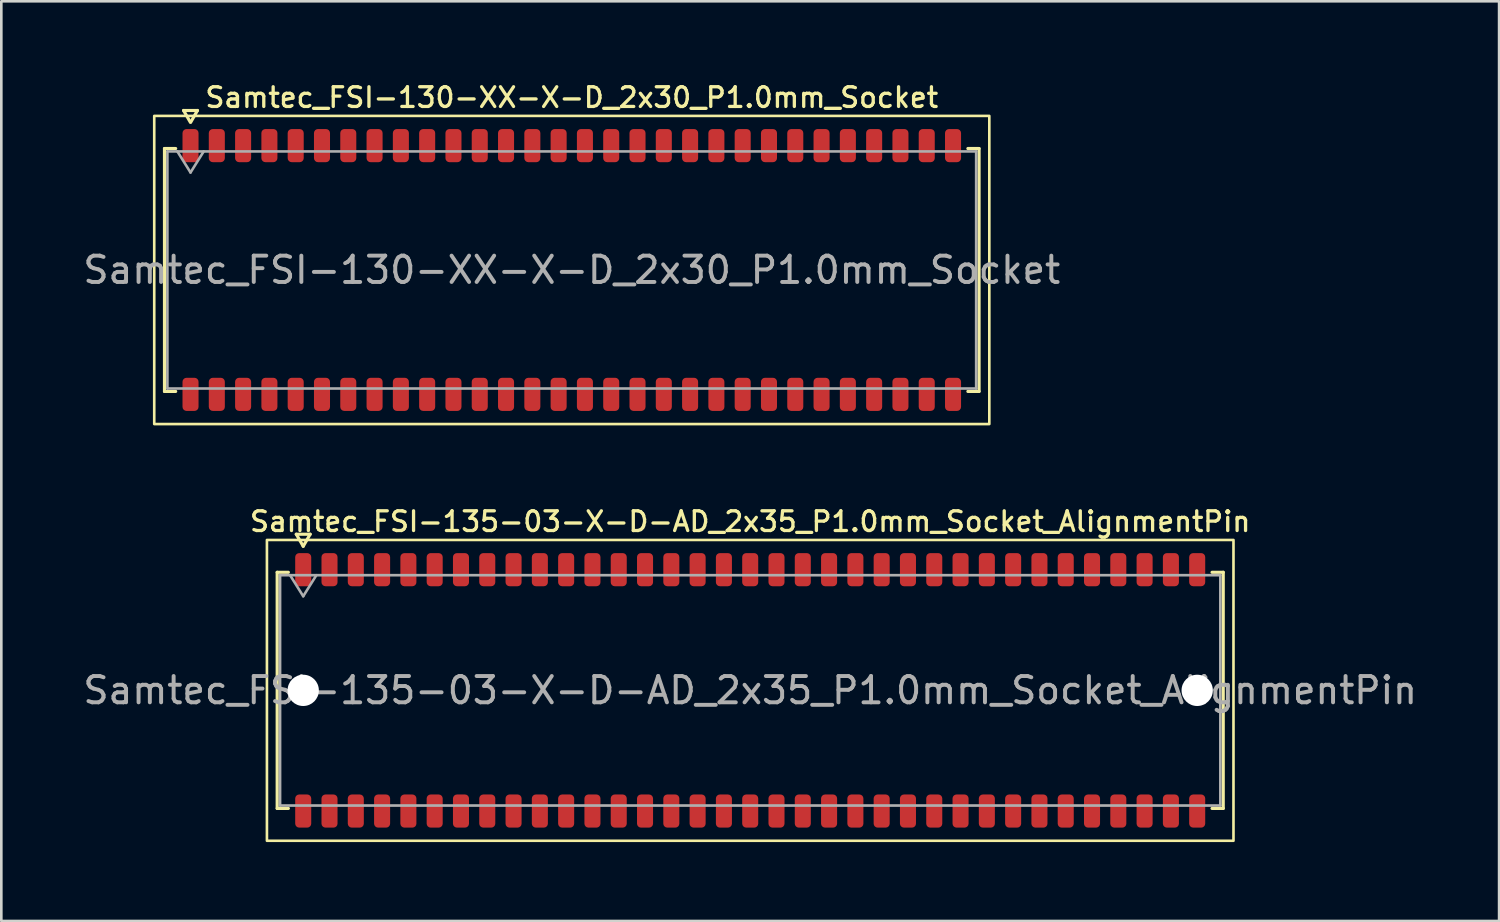
<source format=kicad_pcb>
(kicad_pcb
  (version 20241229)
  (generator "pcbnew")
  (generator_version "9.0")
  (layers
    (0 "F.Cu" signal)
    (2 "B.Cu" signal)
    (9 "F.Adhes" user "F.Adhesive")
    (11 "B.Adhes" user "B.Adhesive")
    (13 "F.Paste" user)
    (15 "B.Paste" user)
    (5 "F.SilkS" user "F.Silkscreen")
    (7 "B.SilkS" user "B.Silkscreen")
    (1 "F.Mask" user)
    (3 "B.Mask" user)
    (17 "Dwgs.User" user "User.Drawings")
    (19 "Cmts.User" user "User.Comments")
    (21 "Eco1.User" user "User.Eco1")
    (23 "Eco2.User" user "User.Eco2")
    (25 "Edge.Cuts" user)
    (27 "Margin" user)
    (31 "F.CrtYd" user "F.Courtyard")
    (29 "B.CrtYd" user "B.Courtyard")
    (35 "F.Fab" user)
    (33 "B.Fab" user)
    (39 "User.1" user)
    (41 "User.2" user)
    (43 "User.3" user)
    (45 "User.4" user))
  (footprint "Samtec_FSI-135-03-X-D-AD_2x35_P1.0mm_Socket_AlignmentPin"
    (layer "F.Cu")
    (at 25.482 23.206)
    (property "Reference" "Samtec_FSI-135-03-X-D-AD_2x35_P1.0mm_Socket_AlignmentPin" (at 0 -6.42 0) (layer "F.SilkS") (effects (font (size 0.75 0.75) (thickness 0.125))))
    (attr smd)
    (fp_line (start -17.99 -4.49) (end -17.565 -4.49) (stroke (width 0.12) (type solid)) (layer "F.SilkS"))
    (fp_line (start -17.99 4.49) (end -17.99 -4.49) (stroke (width 0.12) (type solid)) (layer "F.SilkS"))
    (fp_line (start -17.565 4.49) (end -17.99 4.49) (stroke (width 0.12) (type solid)) (layer "F.SilkS"))
    (fp_line (start -17.264 -5.938) (end -17 -5.48) (stroke (width 0.12) (type solid)) (layer "F.SilkS"))
    (fp_line (start -17 -5.48) (end -16.736 -5.938) (stroke (width 0.12) (type solid)) (layer "F.SilkS"))
    (fp_line (start -16.736 -5.938) (end -17.264 -5.938) (stroke (width 0.12) (type solid)) (layer "F.SilkS"))
    (fp_line (start 17.565 -4.49) (end 17.99 -4.49) (stroke (width 0.12) (type solid)) (layer "F.SilkS"))
    (fp_line (start 17.99 -4.49) (end 17.99 4.49) (stroke (width 0.12) (type solid)) (layer "F.SilkS"))
    (fp_line (start 17.99 4.49) (end 17.565 4.49) (stroke (width 0.12) (type solid)) (layer "F.SilkS"))
    (fp_rect (start -18.38 -5.72) (end 18.38 5.72) (stroke (width 0.1) (type solid)) (fill no) (layer "F.SilkS"))
    (fp_line (start -17.88 -4.38) (end 17.88 -4.38) (stroke (width 0.1) (type solid)) (layer "F.Fab"))
    (fp_line (start -17.88 4.38) (end -17.88 -4.38) (stroke (width 0.1) (type solid)) (layer "F.Fab"))
    (fp_line (start -17.5 -4.38) (end -17 -3.58) (stroke (width 0.1) (type solid)) (layer "F.Fab"))
    (fp_line (start -17 -3.58) (end -16.5 -4.38) (stroke (width 0.1) (type solid)) (layer "F.Fab"))
    (fp_line (start 17.88 -4.38) (end 17.88 4.38) (stroke (width 0.1) (type solid)) (layer "F.Fab"))
    (fp_line (start 17.88 4.38) (end -17.88 4.38) (stroke (width 0.1) (type solid)) (layer "F.Fab"))
    (fp_text user "${REFERENCE}" (at 0 0 0) (layer "F.Fab") (effects (font (size 1 1) (thickness 0.15))))
    (pad "" np_thru_hole circle (at -17 0) (size 1.19 1.19) (drill 1.19) (layers "*.Cu" "*.Mask"))
    (pad "" np_thru_hole circle (at 17 0) (size 1.19 1.19) (drill 1.19) (layers "*.Cu" "*.Mask"))
    (pad "1" smd roundrect (at -17 -4.59) (size 0.61 1.26) (layers "F.Cu" "F.Mask" "F.Paste") (roundrect_rratio 0.25))
    (pad "2" smd roundrect (at -17 4.59) (size 0.61 1.26) (layers "F.Cu" "F.Mask" "F.Paste") (roundrect_rratio 0.25))
    (pad "3" smd roundrect (at -16 -4.59) (size 0.61 1.26) (layers "F.Cu" "F.Mask" "F.Paste") (roundrect_rratio 0.25))
    (pad "4" smd roundrect (at -16 4.59) (size 0.61 1.26) (layers "F.Cu" "F.Mask" "F.Paste") (roundrect_rratio 0.25))
    (pad "5" smd roundrect (at -15 -4.59) (size 0.61 1.26) (layers "F.Cu" "F.Mask" "F.Paste") (roundrect_rratio 0.25))
    (pad "6" smd roundrect (at -15 4.59) (size 0.61 1.26) (layers "F.Cu" "F.Mask" "F.Paste") (roundrect_rratio 0.25))
    (pad "7" smd roundrect (at -14 -4.59) (size 0.61 1.26) (layers "F.Cu" "F.Mask" "F.Paste") (roundrect_rratio 0.25))
    (pad "8" smd roundrect (at -14 4.59) (size 0.61 1.26) (layers "F.Cu" "F.Mask" "F.Paste") (roundrect_rratio 0.25))
    (pad "9" smd roundrect (at -13 -4.59) (size 0.61 1.26) (layers "F.Cu" "F.Mask" "F.Paste") (roundrect_rratio 0.25))
    (pad "10" smd roundrect (at -13 4.59) (size 0.61 1.26) (layers "F.Cu" "F.Mask" "F.Paste") (roundrect_rratio 0.25))
    (pad "11" smd roundrect (at -12 -4.59) (size 0.61 1.26) (layers "F.Cu" "F.Mask" "F.Paste") (roundrect_rratio 0.25))
    (pad "12" smd roundrect (at -12 4.59) (size 0.61 1.26) (layers "F.Cu" "F.Mask" "F.Paste") (roundrect_rratio 0.25))
    (pad "13" smd roundrect (at -11 -4.59) (size 0.61 1.26) (layers "F.Cu" "F.Mask" "F.Paste") (roundrect_rratio 0.25))
    (pad "14" smd roundrect (at -11 4.59) (size 0.61 1.26) (layers "F.Cu" "F.Mask" "F.Paste") (roundrect_rratio 0.25))
    (pad "15" smd roundrect (at -10 -4.59) (size 0.61 1.26) (layers "F.Cu" "F.Mask" "F.Paste") (roundrect_rratio 0.25))
    (pad "16" smd roundrect (at -10 4.59) (size 0.61 1.26) (layers "F.Cu" "F.Mask" "F.Paste") (roundrect_rratio 0.25))
    (pad "17" smd roundrect (at -9 -4.59) (size 0.61 1.26) (layers "F.Cu" "F.Mask" "F.Paste") (roundrect_rratio 0.25))
    (pad "18" smd roundrect (at -9 4.59) (size 0.61 1.26) (layers "F.Cu" "F.Mask" "F.Paste") (roundrect_rratio 0.25))
    (pad "19" smd roundrect (at -8 -4.59) (size 0.61 1.26) (layers "F.Cu" "F.Mask" "F.Paste") (roundrect_rratio 0.25))
    (pad "20" smd roundrect (at -8 4.59) (size 0.61 1.26) (layers "F.Cu" "F.Mask" "F.Paste") (roundrect_rratio 0.25))
    (pad "21" smd roundrect (at -7 -4.59) (size 0.61 1.26) (layers "F.Cu" "F.Mask" "F.Paste") (roundrect_rratio 0.25))
    (pad "22" smd roundrect (at -7 4.59) (size 0.61 1.26) (layers "F.Cu" "F.Mask" "F.Paste") (roundrect_rratio 0.25))
    (pad "23" smd roundrect (at -6 -4.59) (size 0.61 1.26) (layers "F.Cu" "F.Mask" "F.Paste") (roundrect_rratio 0.25))
    (pad "24" smd roundrect (at -6 4.59) (size 0.61 1.26) (layers "F.Cu" "F.Mask" "F.Paste") (roundrect_rratio 0.25))
    (pad "25" smd roundrect (at -5 -4.59) (size 0.61 1.26) (layers "F.Cu" "F.Mask" "F.Paste") (roundrect_rratio 0.25))
    (pad "26" smd roundrect (at -5 4.59) (size 0.61 1.26) (layers "F.Cu" "F.Mask" "F.Paste") (roundrect_rratio 0.25))
    (pad "27" smd roundrect (at -4 -4.59) (size 0.61 1.26) (layers "F.Cu" "F.Mask" "F.Paste") (roundrect_rratio 0.25))
    (pad "28" smd roundrect (at -4 4.59) (size 0.61 1.26) (layers "F.Cu" "F.Mask" "F.Paste") (roundrect_rratio 0.25))
    (pad "29" smd roundrect (at -3 -4.59) (size 0.61 1.26) (layers "F.Cu" "F.Mask" "F.Paste") (roundrect_rratio 0.25))
    (pad "30" smd roundrect (at -3 4.59) (size 0.61 1.26) (layers "F.Cu" "F.Mask" "F.Paste") (roundrect_rratio 0.25))
    (pad "31" smd roundrect (at -2 -4.59) (size 0.61 1.26) (layers "F.Cu" "F.Mask" "F.Paste") (roundrect_rratio 0.25))
    (pad "32" smd roundrect (at -2 4.59) (size 0.61 1.26) (layers "F.Cu" "F.Mask" "F.Paste") (roundrect_rratio 0.25))
    (pad "33" smd roundrect (at -1 -4.59) (size 0.61 1.26) (layers "F.Cu" "F.Mask" "F.Paste") (roundrect_rratio 0.25))
    (pad "34" smd roundrect (at -1 4.59) (size 0.61 1.26) (layers "F.Cu" "F.Mask" "F.Paste") (roundrect_rratio 0.25))
    (pad "35" smd roundrect (at 0 -4.59) (size 0.61 1.26) (layers "F.Cu" "F.Mask" "F.Paste") (roundrect_rratio 0.25))
    (pad "36" smd roundrect (at 0 4.59) (size 0.61 1.26) (layers "F.Cu" "F.Mask" "F.Paste") (roundrect_rratio 0.25))
    (pad "37" smd roundrect (at 1 -4.59) (size 0.61 1.26) (layers "F.Cu" "F.Mask" "F.Paste") (roundrect_rratio 0.25))
    (pad "38" smd roundrect (at 1 4.59) (size 0.61 1.26) (layers "F.Cu" "F.Mask" "F.Paste") (roundrect_rratio 0.25))
    (pad "39" smd roundrect (at 2 -4.59) (size 0.61 1.26) (layers "F.Cu" "F.Mask" "F.Paste") (roundrect_rratio 0.25))
    (pad "40" smd roundrect (at 2 4.59) (size 0.61 1.26) (layers "F.Cu" "F.Mask" "F.Paste") (roundrect_rratio 0.25))
    (pad "41" smd roundrect (at 3 -4.59) (size 0.61 1.26) (layers "F.Cu" "F.Mask" "F.Paste") (roundrect_rratio 0.25))
    (pad "42" smd roundrect (at 3 4.59) (size 0.61 1.26) (layers "F.Cu" "F.Mask" "F.Paste") (roundrect_rratio 0.25))
    (pad "43" smd roundrect (at 4 -4.59) (size 0.61 1.26) (layers "F.Cu" "F.Mask" "F.Paste") (roundrect_rratio 0.25))
    (pad "44" smd roundrect (at 4 4.59) (size 0.61 1.26) (layers "F.Cu" "F.Mask" "F.Paste") (roundrect_rratio 0.25))
    (pad "45" smd roundrect (at 5 -4.59) (size 0.61 1.26) (layers "F.Cu" "F.Mask" "F.Paste") (roundrect_rratio 0.25))
    (pad "46" smd roundrect (at 5 4.59) (size 0.61 1.26) (layers "F.Cu" "F.Mask" "F.Paste") (roundrect_rratio 0.25))
    (pad "47" smd roundrect (at 6 -4.59) (size 0.61 1.26) (layers "F.Cu" "F.Mask" "F.Paste") (roundrect_rratio 0.25))
    (pad "48" smd roundrect (at 6 4.59) (size 0.61 1.26) (layers "F.Cu" "F.Mask" "F.Paste") (roundrect_rratio 0.25))
    (pad "49" smd roundrect (at 7 -4.59) (size 0.61 1.26) (layers "F.Cu" "F.Mask" "F.Paste") (roundrect_rratio 0.25))
    (pad "50" smd roundrect (at 7 4.59) (size 0.61 1.26) (layers "F.Cu" "F.Mask" "F.Paste") (roundrect_rratio 0.25))
    (pad "51" smd roundrect (at 8 -4.59) (size 0.61 1.26) (layers "F.Cu" "F.Mask" "F.Paste") (roundrect_rratio 0.25))
    (pad "52" smd roundrect (at 8 4.59) (size 0.61 1.26) (layers "F.Cu" "F.Mask" "F.Paste") (roundrect_rratio 0.25))
    (pad "53" smd roundrect (at 9 -4.59) (size 0.61 1.26) (layers "F.Cu" "F.Mask" "F.Paste") (roundrect_rratio 0.25))
    (pad "54" smd roundrect (at 9 4.59) (size 0.61 1.26) (layers "F.Cu" "F.Mask" "F.Paste") (roundrect_rratio 0.25))
    (pad "55" smd roundrect (at 10 -4.59) (size 0.61 1.26) (layers "F.Cu" "F.Mask" "F.Paste") (roundrect_rratio 0.25))
    (pad "56" smd roundrect (at 10 4.59) (size 0.61 1.26) (layers "F.Cu" "F.Mask" "F.Paste") (roundrect_rratio 0.25))
    (pad "57" smd roundrect (at 11 -4.59) (size 0.61 1.26) (layers "F.Cu" "F.Mask" "F.Paste") (roundrect_rratio 0.25))
    (pad "58" smd roundrect (at 11 4.59) (size 0.61 1.26) (layers "F.Cu" "F.Mask" "F.Paste") (roundrect_rratio 0.25))
    (pad "59" smd roundrect (at 12 -4.59) (size 0.61 1.26) (layers "F.Cu" "F.Mask" "F.Paste") (roundrect_rratio 0.25))
    (pad "60" smd roundrect (at 12 4.59) (size 0.61 1.26) (layers "F.Cu" "F.Mask" "F.Paste") (roundrect_rratio 0.25))
    (pad "61" smd roundrect (at 13 -4.59) (size 0.61 1.26) (layers "F.Cu" "F.Mask" "F.Paste") (roundrect_rratio 0.25))
    (pad "62" smd roundrect (at 13 4.59) (size 0.61 1.26) (layers "F.Cu" "F.Mask" "F.Paste") (roundrect_rratio 0.25))
    (pad "63" smd roundrect (at 14 -4.59) (size 0.61 1.26) (layers "F.Cu" "F.Mask" "F.Paste") (roundrect_rratio 0.25))
    (pad "64" smd roundrect (at 14 4.59) (size 0.61 1.26) (layers "F.Cu" "F.Mask" "F.Paste") (roundrect_rratio 0.25))
    (pad "65" smd roundrect (at 15 -4.59) (size 0.61 1.26) (layers "F.Cu" "F.Mask" "F.Paste") (roundrect_rratio 0.25))
    (pad "66" smd roundrect (at 15 4.59) (size 0.61 1.26) (layers "F.Cu" "F.Mask" "F.Paste") (roundrect_rratio 0.25))
    (pad "67" smd roundrect (at 16 -4.59) (size 0.61 1.26) (layers "F.Cu" "F.Mask" "F.Paste") (roundrect_rratio 0.25))
    (pad "68" smd roundrect (at 16 4.59) (size 0.61 1.26) (layers "F.Cu" "F.Mask" "F.Paste") (roundrect_rratio 0.25))
    (pad "69" smd roundrect (at 17 -4.59) (size 0.61 1.26) (layers "F.Cu" "F.Mask" "F.Paste") (roundrect_rratio 0.25))
    (pad "70" smd roundrect (at 17 4.59) (size 0.61 1.26) (layers "F.Cu" "F.Mask" "F.Paste") (roundrect_rratio 0.25)))
  (footprint "Samtec_FSI-130-XX-X-D_2x30_P1.0mm_Socket"
    (layer "F.Cu")
    (at 18.696 7.218)
    (property "Reference" "Samtec_FSI-130-XX-X-D_2x30_P1.0mm_Socket" (at 0 -6.56 0) (layer "F.SilkS") (effects (font (size 0.75 0.75) (thickness 0.125))))
    (attr smd)
    (fp_line (start -15.49 -4.619) (end -15.065 -4.619) (stroke (width 0.12) (type solid)) (layer "F.SilkS"))
    (fp_line (start -15.49 4.619) (end -15.49 -4.619) (stroke (width 0.12) (type solid)) (layer "F.SilkS"))
    (fp_line (start -15.065 4.619) (end -15.49 4.619) (stroke (width 0.12) (type solid)) (layer "F.SilkS"))
    (fp_line (start -14.764 -6.066) (end -14.507 -5.62) (stroke (width 0.12) (type solid)) (layer "F.SilkS"))
    (fp_line (start -14.493 -5.62) (end -14.236 -6.066) (stroke (width 0.12) (type solid)) (layer "F.SilkS"))
    (fp_line (start -14.236 -6.066) (end -14.764 -6.066) (stroke (width 0.12) (type solid)) (layer "F.SilkS"))
    (fp_line (start 15.065 -4.619) (end 15.49 -4.619) (stroke (width 0.12) (type solid)) (layer "F.SilkS"))
    (fp_line (start 15.49 -4.619) (end 15.49 4.619) (stroke (width 0.12) (type solid)) (layer "F.SilkS"))
    (fp_line (start 15.49 4.619) (end 15.065 4.619) (stroke (width 0.12) (type solid)) (layer "F.SilkS"))
    (fp_rect (start -15.88 -5.86) (end 15.88 5.86) (stroke (width 0.1) (type solid)) (fill no) (layer "F.SilkS"))
    (fp_line (start -15.38 -4.508) (end 15.38 -4.508) (stroke (width 0.1) (type solid)) (layer "F.Fab"))
    (fp_line (start -15.38 4.508) (end -15.38 -4.508) (stroke (width 0.1) (type solid)) (layer "F.Fab"))
    (fp_line (start -15 -4.508) (end -14.5 -3.708) (stroke (width 0.1) (type solid)) (layer "F.Fab"))
    (fp_line (start -14.5 -3.708) (end -14 -4.508) (stroke (width 0.1) (type solid)) (layer "F.Fab"))
    (fp_line (start 15.38 -4.508) (end 15.38 4.508) (stroke (width 0.1) (type solid)) (layer "F.Fab"))
    (fp_line (start 15.38 4.508) (end -15.38 4.508) (stroke (width 0.1) (type solid)) (layer "F.Fab"))
    (fp_text user "${REFERENCE}" (at 0 0 0) (layer "F.Fab") (effects (font (size 1 1) (thickness 0.15))))
    (pad "1" smd roundrect (at -14.5 -4.73) (size 0.61 1.26) (layers "F.Cu" "F.Mask" "F.Paste") (roundrect_rratio 0.25))
    (pad "2" smd roundrect (at -14.5 4.73) (size 0.61 1.26) (layers "F.Cu" "F.Mask" "F.Paste") (roundrect_rratio 0.25))
    (pad "3" smd roundrect (at -13.5 -4.73) (size 0.61 1.26) (layers "F.Cu" "F.Mask" "F.Paste") (roundrect_rratio 0.25))
    (pad "4" smd roundrect (at -13.5 4.73) (size 0.61 1.26) (layers "F.Cu" "F.Mask" "F.Paste") (roundrect_rratio 0.25))
    (pad "5" smd roundrect (at -12.5 -4.73) (size 0.61 1.26) (layers "F.Cu" "F.Mask" "F.Paste") (roundrect_rratio 0.25))
    (pad "6" smd roundrect (at -12.5 4.73) (size 0.61 1.26) (layers "F.Cu" "F.Mask" "F.Paste") (roundrect_rratio 0.25))
    (pad "7" smd roundrect (at -11.5 -4.73) (size 0.61 1.26) (layers "F.Cu" "F.Mask" "F.Paste") (roundrect_rratio 0.25))
    (pad "8" smd roundrect (at -11.5 4.73) (size 0.61 1.26) (layers "F.Cu" "F.Mask" "F.Paste") (roundrect_rratio 0.25))
    (pad "9" smd roundrect (at -10.5 -4.73) (size 0.61 1.26) (layers "F.Cu" "F.Mask" "F.Paste") (roundrect_rratio 0.25))
    (pad "10" smd roundrect (at -10.5 4.73) (size 0.61 1.26) (layers "F.Cu" "F.Mask" "F.Paste") (roundrect_rratio 0.25))
    (pad "11" smd roundrect (at -9.5 -4.73) (size 0.61 1.26) (layers "F.Cu" "F.Mask" "F.Paste") (roundrect_rratio 0.25))
    (pad "12" smd roundrect (at -9.5 4.73) (size 0.61 1.26) (layers "F.Cu" "F.Mask" "F.Paste") (roundrect_rratio 0.25))
    (pad "13" smd roundrect (at -8.5 -4.73) (size 0.61 1.26) (layers "F.Cu" "F.Mask" "F.Paste") (roundrect_rratio 0.25))
    (pad "14" smd roundrect (at -8.5 4.73) (size 0.61 1.26) (layers "F.Cu" "F.Mask" "F.Paste") (roundrect_rratio 0.25))
    (pad "15" smd roundrect (at -7.5 -4.73) (size 0.61 1.26) (layers "F.Cu" "F.Mask" "F.Paste") (roundrect_rratio 0.25))
    (pad "16" smd roundrect (at -7.5 4.73) (size 0.61 1.26) (layers "F.Cu" "F.Mask" "F.Paste") (roundrect_rratio 0.25))
    (pad "17" smd roundrect (at -6.5 -4.73) (size 0.61 1.26) (layers "F.Cu" "F.Mask" "F.Paste") (roundrect_rratio 0.25))
    (pad "18" smd roundrect (at -6.5 4.73) (size 0.61 1.26) (layers "F.Cu" "F.Mask" "F.Paste") (roundrect_rratio 0.25))
    (pad "19" smd roundrect (at -5.5 -4.73) (size 0.61 1.26) (layers "F.Cu" "F.Mask" "F.Paste") (roundrect_rratio 0.25))
    (pad "20" smd roundrect (at -5.5 4.73) (size 0.61 1.26) (layers "F.Cu" "F.Mask" "F.Paste") (roundrect_rratio 0.25))
    (pad "21" smd roundrect (at -4.5 -4.73) (size 0.61 1.26) (layers "F.Cu" "F.Mask" "F.Paste") (roundrect_rratio 0.25))
    (pad "22" smd roundrect (at -4.5 4.73) (size 0.61 1.26) (layers "F.Cu" "F.Mask" "F.Paste") (roundrect_rratio 0.25))
    (pad "23" smd roundrect (at -3.5 -4.73) (size 0.61 1.26) (layers "F.Cu" "F.Mask" "F.Paste") (roundrect_rratio 0.25))
    (pad "24" smd roundrect (at -3.5 4.73) (size 0.61 1.26) (layers "F.Cu" "F.Mask" "F.Paste") (roundrect_rratio 0.25))
    (pad "25" smd roundrect (at -2.5 -4.73) (size 0.61 1.26) (layers "F.Cu" "F.Mask" "F.Paste") (roundrect_rratio 0.25))
    (pad "26" smd roundrect (at -2.5 4.73) (size 0.61 1.26) (layers "F.Cu" "F.Mask" "F.Paste") (roundrect_rratio 0.25))
    (pad "27" smd roundrect (at -1.5 -4.73) (size 0.61 1.26) (layers "F.Cu" "F.Mask" "F.Paste") (roundrect_rratio 0.25))
    (pad "28" smd roundrect (at -1.5 4.73) (size 0.61 1.26) (layers "F.Cu" "F.Mask" "F.Paste") (roundrect_rratio 0.25))
    (pad "29" smd roundrect (at -0.5 -4.73) (size 0.61 1.26) (layers "F.Cu" "F.Mask" "F.Paste") (roundrect_rratio 0.25))
    (pad "30" smd roundrect (at -0.5 4.73) (size 0.61 1.26) (layers "F.Cu" "F.Mask" "F.Paste") (roundrect_rratio 0.25))
    (pad "31" smd roundrect (at 0.5 -4.73) (size 0.61 1.26) (layers "F.Cu" "F.Mask" "F.Paste") (roundrect_rratio 0.25))
    (pad "32" smd roundrect (at 0.5 4.73) (size 0.61 1.26) (layers "F.Cu" "F.Mask" "F.Paste") (roundrect_rratio 0.25))
    (pad "33" smd roundrect (at 1.5 -4.73) (size 0.61 1.26) (layers "F.Cu" "F.Mask" "F.Paste") (roundrect_rratio 0.25))
    (pad "34" smd roundrect (at 1.5 4.73) (size 0.61 1.26) (layers "F.Cu" "F.Mask" "F.Paste") (roundrect_rratio 0.25))
    (pad "35" smd roundrect (at 2.5 -4.73) (size 0.61 1.26) (layers "F.Cu" "F.Mask" "F.Paste") (roundrect_rratio 0.25))
    (pad "36" smd roundrect (at 2.5 4.73) (size 0.61 1.26) (layers "F.Cu" "F.Mask" "F.Paste") (roundrect_rratio 0.25))
    (pad "37" smd roundrect (at 3.5 -4.73) (size 0.61 1.26) (layers "F.Cu" "F.Mask" "F.Paste") (roundrect_rratio 0.25))
    (pad "38" smd roundrect (at 3.5 4.73) (size 0.61 1.26) (layers "F.Cu" "F.Mask" "F.Paste") (roundrect_rratio 0.25))
    (pad "39" smd roundrect (at 4.5 -4.73) (size 0.61 1.26) (layers "F.Cu" "F.Mask" "F.Paste") (roundrect_rratio 0.25))
    (pad "40" smd roundrect (at 4.5 4.73) (size 0.61 1.26) (layers "F.Cu" "F.Mask" "F.Paste") (roundrect_rratio 0.25))
    (pad "41" smd roundrect (at 5.5 -4.73) (size 0.61 1.26) (layers "F.Cu" "F.Mask" "F.Paste") (roundrect_rratio 0.25))
    (pad "42" smd roundrect (at 5.5 4.73) (size 0.61 1.26) (layers "F.Cu" "F.Mask" "F.Paste") (roundrect_rratio 0.25))
    (pad "43" smd roundrect (at 6.5 -4.73) (size 0.61 1.26) (layers "F.Cu" "F.Mask" "F.Paste") (roundrect_rratio 0.25))
    (pad "44" smd roundrect (at 6.5 4.73) (size 0.61 1.26) (layers "F.Cu" "F.Mask" "F.Paste") (roundrect_rratio 0.25))
    (pad "45" smd roundrect (at 7.5 -4.73) (size 0.61 1.26) (layers "F.Cu" "F.Mask" "F.Paste") (roundrect_rratio 0.25))
    (pad "46" smd roundrect (at 7.5 4.73) (size 0.61 1.26) (layers "F.Cu" "F.Mask" "F.Paste") (roundrect_rratio 0.25))
    (pad "47" smd roundrect (at 8.5 -4.73) (size 0.61 1.26) (layers "F.Cu" "F.Mask" "F.Paste") (roundrect_rratio 0.25))
    (pad "48" smd roundrect (at 8.5 4.73) (size 0.61 1.26) (layers "F.Cu" "F.Mask" "F.Paste") (roundrect_rratio 0.25))
    (pad "49" smd roundrect (at 9.5 -4.73) (size 0.61 1.26) (layers "F.Cu" "F.Mask" "F.Paste") (roundrect_rratio 0.25))
    (pad "50" smd roundrect (at 9.5 4.73) (size 0.61 1.26) (layers "F.Cu" "F.Mask" "F.Paste") (roundrect_rratio 0.25))
    (pad "51" smd roundrect (at 10.5 -4.73) (size 0.61 1.26) (layers "F.Cu" "F.Mask" "F.Paste") (roundrect_rratio 0.25))
    (pad "52" smd roundrect (at 10.5 4.73) (size 0.61 1.26) (layers "F.Cu" "F.Mask" "F.Paste") (roundrect_rratio 0.25))
    (pad "53" smd roundrect (at 11.5 -4.73) (size 0.61 1.26) (layers "F.Cu" "F.Mask" "F.Paste") (roundrect_rratio 0.25))
    (pad "54" smd roundrect (at 11.5 4.73) (size 0.61 1.26) (layers "F.Cu" "F.Mask" "F.Paste") (roundrect_rratio 0.25))
    (pad "55" smd roundrect (at 12.5 -4.73) (size 0.61 1.26) (layers "F.Cu" "F.Mask" "F.Paste") (roundrect_rratio 0.25))
    (pad "56" smd roundrect (at 12.5 4.73) (size 0.61 1.26) (layers "F.Cu" "F.Mask" "F.Paste") (roundrect_rratio 0.25))
    (pad "57" smd roundrect (at 13.5 -4.73) (size 0.61 1.26) (layers "F.Cu" "F.Mask" "F.Paste") (roundrect_rratio 0.25))
    (pad "58" smd roundrect (at 13.5 4.73) (size 0.61 1.26) (layers "F.Cu" "F.Mask" "F.Paste") (roundrect_rratio 0.25))
    (pad "59" smd roundrect (at 14.5 -4.73) (size 0.61 1.26) (layers "F.Cu" "F.Mask" "F.Paste") (roundrect_rratio 0.25))
    (pad "60" smd roundrect (at 14.5 4.73) (size 0.61 1.26) (layers "F.Cu" "F.Mask" "F.Paste") (roundrect_rratio 0.25)))
  (gr_rect
    (start -3 -3)
    (end 53.964 31.976)
    (stroke (width 0.1) (type default))
    (fill no)
    (layer "Edge.Cuts")))
</source>
